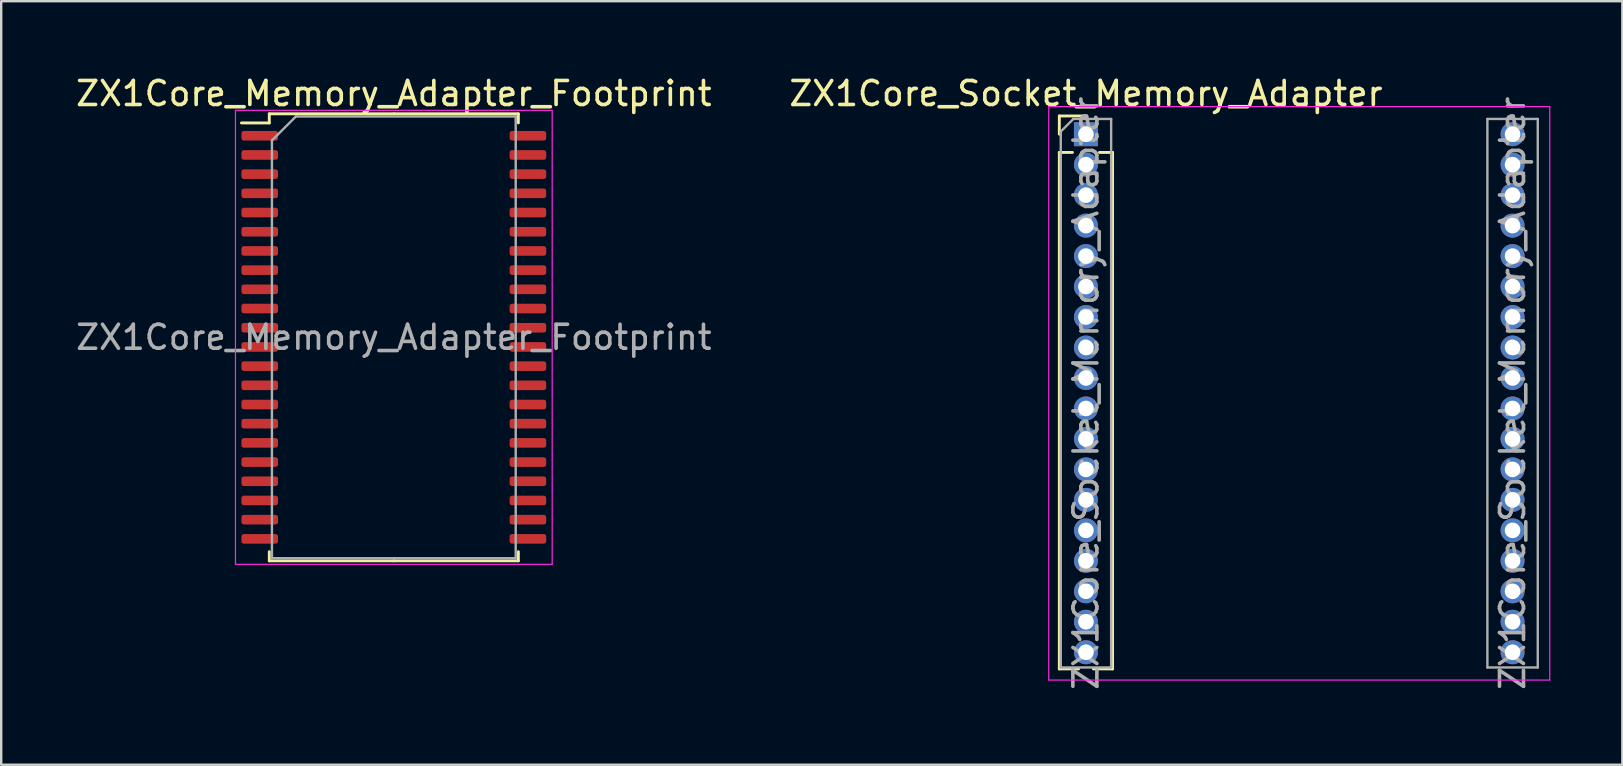
<source format=kicad_pcb>
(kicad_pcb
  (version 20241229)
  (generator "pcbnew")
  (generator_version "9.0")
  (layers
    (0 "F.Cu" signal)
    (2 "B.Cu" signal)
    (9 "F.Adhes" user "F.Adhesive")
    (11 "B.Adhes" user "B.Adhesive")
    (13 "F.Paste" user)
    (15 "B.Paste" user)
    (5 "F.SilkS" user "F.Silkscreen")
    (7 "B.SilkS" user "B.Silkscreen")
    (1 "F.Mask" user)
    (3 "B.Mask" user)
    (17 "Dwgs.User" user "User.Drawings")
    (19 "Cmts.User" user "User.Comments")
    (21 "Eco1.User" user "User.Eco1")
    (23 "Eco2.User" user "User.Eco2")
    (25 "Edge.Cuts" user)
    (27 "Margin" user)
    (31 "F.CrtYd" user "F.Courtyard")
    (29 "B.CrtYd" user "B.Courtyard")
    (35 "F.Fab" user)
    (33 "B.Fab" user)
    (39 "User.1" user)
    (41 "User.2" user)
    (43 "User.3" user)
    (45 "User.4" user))
  (footprint "ZX1Core_Socket_Memory_Adapter"
    (layer "F.Cu")
    (at 48.558 2.543)
    (property "Reference" "ZX1Core_Socket_Memory_Adapter" (at -6.35 -1.695 0) (layer "F.SilkS") (effects (font (size 1 1) (thickness 0.15))))
    (attr through_hole)
    (fp_line (start -7.46 -0.76) (end -6.35 -0.76) (stroke (width 0.12) (type solid)) (layer "F.SilkS"))
    (fp_line (start -7.46 0) (end -7.46 -0.76) (stroke (width 0.12) (type solid)) (layer "F.SilkS"))
    (fp_line (start -7.46 0.76) (end -7.46 22.285) (stroke (width 0.12) (type solid)) (layer "F.SilkS"))
    (fp_line (start -7.46 0.76) (end -6.913 0.76) (stroke (width 0.12) (type solid)) (layer "F.SilkS"))
    (fp_line (start -7.46 22.285) (end -6.658 22.285) (stroke (width 0.12) (type solid)) (layer "F.SilkS"))
    (fp_line (start -6.042 22.285) (end -5.24 22.285) (stroke (width 0.12) (type solid)) (layer "F.SilkS"))
    (fp_line (start -5.787 0.76) (end -5.24 0.76) (stroke (width 0.12) (type solid)) (layer "F.SilkS"))
    (fp_line (start -5.24 0.76) (end -5.24 22.285) (stroke (width 0.12) (type solid)) (layer "F.SilkS"))
    (fp_line (start -7.9 -1.15) (end -7.9 22.75) (stroke (width 0.05) (type solid)) (layer "F.CrtYd"))
    (fp_line (start -7.9 22.75) (end 12.98 22.75) (stroke (width 0.05) (type solid)) (layer "F.CrtYd"))
    (fp_line (start 8.89 -1.15) (end -7.9 -1.15) (stroke (width 0.05) (type solid)) (layer "F.CrtYd"))
    (fp_line (start 12.98 -1.15) (end 8.89 -1.15) (stroke (width 0.05) (type solid)) (layer "F.CrtYd"))
    (fp_line (start 12.98 -1.15) (end 12.98 22.75) (stroke (width 0.05) (type solid)) (layer "F.CrtYd"))
    (fp_line (start -7.4 -0.11) (end -6.875 -0.635) (stroke (width 0.1) (type solid)) (layer "F.Fab"))
    (fp_line (start -7.4 22.225) (end -7.4 -0.11) (stroke (width 0.1) (type solid)) (layer "F.Fab"))
    (fp_line (start -6.875 -0.635) (end -5.3 -0.635) (stroke (width 0.1) (type solid)) (layer "F.Fab"))
    (fp_line (start -5.3 -0.635) (end -5.3 22.225) (stroke (width 0.1) (type solid)) (layer "F.Fab"))
    (fp_line (start -5.3 22.225) (end -7.4 22.225) (stroke (width 0.1) (type solid)) (layer "F.Fab"))
    (fp_line (start 10.38 -0.635) (end 12.48 -0.635) (stroke (width 0.1) (type solid)) (layer "F.Fab"))
    (fp_line (start 10.38 22.225) (end 10.38 -0.635) (stroke (width 0.1) (type solid)) (layer "F.Fab"))
    (fp_line (start 12.48 -0.635) (end 12.48 22.225) (stroke (width 0.1) (type solid)) (layer "F.Fab"))
    (fp_line (start 12.48 22.225) (end 10.38 22.225) (stroke (width 0.1) (type solid)) (layer "F.Fab"))
    (fp_text user "${REFERENCE}" (at 11.43 10.795 90) (layer "F.Fab") (effects (font (size 1 1) (thickness 0.15))))
    (fp_text user "${REFERENCE}" (at -6.35 10.795 90) (layer "F.Fab") (effects (font (size 1 1) (thickness 0.15))))
    (pad "1" thru_hole rect (at -6.35 0) (size 1 1) (drill 0.65) (layers "*.Cu" "*.Mask"))
    (pad "2" thru_hole oval (at -6.35 1.27) (size 1 1) (drill 0.65) (layers "*.Cu" "*.Mask"))
    (pad "3" thru_hole oval (at -6.35 2.54) (size 1 1) (drill 0.65) (layers "*.Cu" "*.Mask"))
    (pad "4" thru_hole oval (at -6.35 3.81) (size 1 1) (drill 0.65) (layers "*.Cu" "*.Mask"))
    (pad "5" thru_hole oval (at -6.35 5.08) (size 1 1) (drill 0.65) (layers "*.Cu" "*.Mask"))
    (pad "6" thru_hole oval (at -6.35 6.35) (size 1 1) (drill 0.65) (layers "*.Cu" "*.Mask"))
    (pad "7" thru_hole oval (at -6.35 7.62) (size 1 1) (drill 0.65) (layers "*.Cu" "*.Mask"))
    (pad "8" thru_hole oval (at -6.35 8.89) (size 1 1) (drill 0.65) (layers "*.Cu" "*.Mask"))
    (pad "9" thru_hole oval (at -6.35 10.16) (size 1 1) (drill 0.65) (layers "*.Cu" "*.Mask"))
    (pad "10" thru_hole oval (at -6.35 11.43) (size 1 1) (drill 0.65) (layers "*.Cu" "*.Mask"))
    (pad "11" thru_hole oval (at -6.35 12.7) (size 1 1) (drill 0.65) (layers "*.Cu" "*.Mask"))
    (pad "12" thru_hole oval (at -6.35 13.97) (size 1 1) (drill 0.65) (layers "*.Cu" "*.Mask"))
    (pad "13" thru_hole oval (at -6.35 15.24) (size 1 1) (drill 0.65) (layers "*.Cu" "*.Mask"))
    (pad "14" thru_hole oval (at -6.35 16.51) (size 1 1) (drill 0.65) (layers "*.Cu" "*.Mask"))
    (pad "15" thru_hole oval (at -6.35 17.78) (size 1 1) (drill 0.65) (layers "*.Cu" "*.Mask"))
    (pad "16" thru_hole oval (at -6.35 19.05) (size 1 1) (drill 0.65) (layers "*.Cu" "*.Mask"))
    (pad "17" thru_hole oval (at -6.35 20.32) (size 1 1) (drill 0.65) (layers "*.Cu" "*.Mask"))
    (pad "18" thru_hole oval (at -6.35 21.59) (size 1 1) (drill 0.65) (layers "*.Cu" "*.Mask"))
    (pad "19" thru_hole oval (at 11.43 21.59) (size 1 1) (drill 0.65) (layers "*.Cu" "*.Mask"))
    (pad "20" thru_hole oval (at 11.43 20.32) (size 1 1) (drill 0.65) (layers "*.Cu" "*.Mask"))
    (pad "21" thru_hole oval (at 11.43 19.05) (size 1 1) (drill 0.65) (layers "*.Cu" "*.Mask"))
    (pad "22" thru_hole oval (at 11.43 17.78) (size 1 1) (drill 0.65) (layers "*.Cu" "*.Mask"))
    (pad "23" thru_hole oval (at 11.43 16.51) (size 1 1) (drill 0.65) (layers "*.Cu" "*.Mask"))
    (pad "24" thru_hole oval (at 11.43 15.24) (size 1 1) (drill 0.65) (layers "*.Cu" "*.Mask"))
    (pad "25" thru_hole oval (at 11.43 13.97) (size 1 1) (drill 0.65) (layers "*.Cu" "*.Mask"))
    (pad "26" thru_hole oval (at 11.43 12.7) (size 1 1) (drill 0.65) (layers "*.Cu" "*.Mask"))
    (pad "27" thru_hole oval (at 11.43 11.43) (size 1 1) (drill 0.65) (layers "*.Cu" "*.Mask"))
    (pad "28" thru_hole oval (at 11.43 10.16) (size 1 1) (drill 0.65) (layers "*.Cu" "*.Mask"))
    (pad "29" thru_hole oval (at 11.43 8.89) (size 1 1) (drill 0.65) (layers "*.Cu" "*.Mask"))
    (pad "30" thru_hole oval (at 11.43 7.62) (size 1 1) (drill 0.65) (layers "*.Cu" "*.Mask"))
    (pad "31" thru_hole oval (at 11.43 6.35) (size 1 1) (drill 0.65) (layers "*.Cu" "*.Mask"))
    (pad "32" thru_hole oval (at 11.43 5.08) (size 1 1) (drill 0.65) (layers "*.Cu" "*.Mask"))
    (pad "33" thru_hole oval (at 11.43 3.81) (size 1 1) (drill 0.65) (layers "*.Cu" "*.Mask"))
    (pad "34" thru_hole oval (at 11.43 2.54) (size 1 1) (drill 0.65) (layers "*.Cu" "*.Mask"))
    (pad "35" thru_hole oval (at 11.43 1.27) (size 1 1) (drill 0.65) (layers "*.Cu" "*.Mask"))
    (pad "36" thru_hole oval (at 11.43 0) (size 1 1) (drill 0.65) (layers "*.Cu" "*.Mask")))
  (footprint "ZX1Core_Memory_Adapter_Footprint"
    (layer "F.Cu")
    (at 13.363 11.008)
    (property "Reference" "ZX1Core_Memory_Adapter_Footprint" (at 0 -10.16 0) (layer "F.SilkS") (effects (font (size 1 1) (thickness 0.15))))
    (attr smd)
    (fp_line (start -5.19 -9.315) (end -5.19 -8.935) (stroke (width 0.12) (type solid)) (layer "F.SilkS"))
    (fp_line (start -5.19 -8.935) (end -6.35 -8.935) (stroke (width 0.12) (type solid)) (layer "F.SilkS"))
    (fp_line (start -5.19 9.315) (end -5.19 8.935) (stroke (width 0.12) (type solid)) (layer "F.SilkS"))
    (fp_line (start 0 -9.315) (end -5.19 -9.315) (stroke (width 0.12) (type solid)) (layer "F.SilkS"))
    (fp_line (start 0 -9.315) (end 5.19 -9.315) (stroke (width 0.12) (type solid)) (layer "F.SilkS"))
    (fp_line (start 0 9.315) (end -5.19 9.315) (stroke (width 0.12) (type solid)) (layer "F.SilkS"))
    (fp_line (start 0 9.315) (end 5.19 9.315) (stroke (width 0.12) (type solid)) (layer "F.SilkS"))
    (fp_line (start 5.19 -9.315) (end 5.19 -8.935) (stroke (width 0.12) (type solid)) (layer "F.SilkS"))
    (fp_line (start 5.19 9.315) (end 5.19 8.935) (stroke (width 0.12) (type solid)) (layer "F.SilkS"))
    (fp_line (start -6.6 -9.46) (end -6.6 9.46) (stroke (width 0.05) (type solid)) (layer "F.CrtYd"))
    (fp_line (start -6.6 9.46) (end 6.6 9.46) (stroke (width 0.05) (type solid)) (layer "F.CrtYd"))
    (fp_line (start 6.6 -9.46) (end -6.6 -9.46) (stroke (width 0.05) (type solid)) (layer "F.CrtYd"))
    (fp_line (start 6.6 9.46) (end 6.6 -9.46) (stroke (width 0.05) (type solid)) (layer "F.CrtYd"))
    (fp_line (start -5.08 -8.205) (end -4.08 -9.205) (stroke (width 0.1) (type solid)) (layer "F.Fab"))
    (fp_line (start -5.08 9.205) (end -5.08 -8.205) (stroke (width 0.1) (type solid)) (layer "F.Fab"))
    (fp_line (start -4.08 -9.205) (end 5.08 -9.205) (stroke (width 0.1) (type solid)) (layer "F.Fab"))
    (fp_line (start 5.08 -9.205) (end 5.08 9.205) (stroke (width 0.1) (type solid)) (layer "F.Fab"))
    (fp_line (start 5.08 9.205) (end -5.08 9.205) (stroke (width 0.1) (type solid)) (layer "F.Fab"))
    (fp_text user "${REFERENCE}" (at 0 0 0) (layer "F.Fab") (effects (font (size 1 1) (thickness 0.15))))
    (pad "1" smd roundrect (at -5.588 -8.4) (size 1.525 0.4) (layers "F.Cu" "F.Mask" "F.Paste") (roundrect_rratio 0.25))
    (pad "2" smd roundrect (at -5.588 -7.6) (size 1.525 0.4) (layers "F.Cu" "F.Mask" "F.Paste") (roundrect_rratio 0.25))
    (pad "3" smd roundrect (at -5.588 -6.8) (size 1.525 0.4) (layers "F.Cu" "F.Mask" "F.Paste") (roundrect_rratio 0.25))
    (pad "4" smd roundrect (at -5.588 -6) (size 1.525 0.4) (layers "F.Cu" "F.Mask" "F.Paste") (roundrect_rratio 0.25))
    (pad "5" smd roundrect (at -5.588 -5.2) (size 1.525 0.4) (layers "F.Cu" "F.Mask" "F.Paste") (roundrect_rratio 0.25))
    (pad "6" smd roundrect (at -5.588 -4.4) (size 1.525 0.4) (layers "F.Cu" "F.Mask" "F.Paste") (roundrect_rratio 0.25))
    (pad "7" smd roundrect (at -5.588 -3.6) (size 1.525 0.4) (layers "F.Cu" "F.Mask" "F.Paste") (roundrect_rratio 0.25))
    (pad "8" smd roundrect (at -5.588 -2.8) (size 1.525 0.4) (layers "F.Cu" "F.Mask" "F.Paste") (roundrect_rratio 0.25))
    (pad "9" smd roundrect (at -5.588 -2) (size 1.525 0.4) (layers "F.Cu" "F.Mask" "F.Paste") (roundrect_rratio 0.25))
    (pad "10" smd roundrect (at -5.588 -1.2) (size 1.525 0.4) (layers "F.Cu" "F.Mask" "F.Paste") (roundrect_rratio 0.25))
    (pad "11" smd roundrect (at -5.588 -0.4) (size 1.525 0.4) (layers "F.Cu" "F.Mask" "F.Paste") (roundrect_rratio 0.25))
    (pad "12" smd roundrect (at -5.588 0.4) (size 1.525 0.4) (layers "F.Cu" "F.Mask" "F.Paste") (roundrect_rratio 0.25))
    (pad "13" smd roundrect (at -5.588 1.2) (size 1.525 0.4) (layers "F.Cu" "F.Mask" "F.Paste") (roundrect_rratio 0.25))
    (pad "14" smd roundrect (at -5.588 2) (size 1.525 0.4) (layers "F.Cu" "F.Mask" "F.Paste") (roundrect_rratio 0.25))
    (pad "15" smd roundrect (at -5.588 2.8) (size 1.525 0.4) (layers "F.Cu" "F.Mask" "F.Paste") (roundrect_rratio 0.25))
    (pad "16" smd roundrect (at -5.588 3.6) (size 1.525 0.4) (layers "F.Cu" "F.Mask" "F.Paste") (roundrect_rratio 0.25))
    (pad "17" smd roundrect (at -5.588 4.4) (size 1.525 0.4) (layers "F.Cu" "F.Mask" "F.Paste") (roundrect_rratio 0.25))
    (pad "18" smd roundrect (at -5.588 5.2) (size 1.525 0.4) (layers "F.Cu" "F.Mask" "F.Paste") (roundrect_rratio 0.25))
    (pad "19" smd roundrect (at -5.588 6) (size 1.525 0.4) (layers "F.Cu" "F.Mask" "F.Paste") (roundrect_rratio 0.25))
    (pad "20" smd roundrect (at -5.588 6.8) (size 1.525 0.4) (layers "F.Cu" "F.Mask" "F.Paste") (roundrect_rratio 0.25))
    (pad "21" smd roundrect (at -5.588 7.6) (size 1.525 0.4) (layers "F.Cu" "F.Mask" "F.Paste") (roundrect_rratio 0.25))
    (pad "22" smd roundrect (at -5.588 8.4) (size 1.525 0.4) (layers "F.Cu" "F.Mask" "F.Paste") (roundrect_rratio 0.25))
    (pad "23" smd roundrect (at 5.588 8.4) (size 1.525 0.4) (layers "F.Cu" "F.Mask" "F.Paste") (roundrect_rratio 0.25))
    (pad "24" smd roundrect (at 5.588 7.6) (size 1.525 0.4) (layers "F.Cu" "F.Mask" "F.Paste") (roundrect_rratio 0.25))
    (pad "25" smd roundrect (at 5.588 6.8) (size 1.525 0.4) (layers "F.Cu" "F.Mask" "F.Paste") (roundrect_rratio 0.25))
    (pad "26" smd roundrect (at 5.588 6) (size 1.525 0.4) (layers "F.Cu" "F.Mask" "F.Paste") (roundrect_rratio 0.25))
    (pad "27" smd roundrect (at 5.588 5.2) (size 1.525 0.4) (layers "F.Cu" "F.Mask" "F.Paste") (roundrect_rratio 0.25))
    (pad "28" smd roundrect (at 5.588 4.4) (size 1.525 0.4) (layers "F.Cu" "F.Mask" "F.Paste") (roundrect_rratio 0.25))
    (pad "29" smd roundrect (at 5.588 3.6) (size 1.525 0.4) (layers "F.Cu" "F.Mask" "F.Paste") (roundrect_rratio 0.25))
    (pad "30" smd roundrect (at 5.588 2.8) (size 1.525 0.4) (layers "F.Cu" "F.Mask" "F.Paste") (roundrect_rratio 0.25))
    (pad "31" smd roundrect (at 5.588 2) (size 1.525 0.4) (layers "F.Cu" "F.Mask" "F.Paste") (roundrect_rratio 0.25))
    (pad "32" smd roundrect (at 5.588 1.2) (size 1.525 0.4) (layers "F.Cu" "F.Mask" "F.Paste") (roundrect_rratio 0.25))
    (pad "33" smd roundrect (at 5.588 0.4) (size 1.525 0.4) (layers "F.Cu" "F.Mask" "F.Paste") (roundrect_rratio 0.25))
    (pad "34" smd roundrect (at 5.588 -0.4) (size 1.525 0.4) (layers "F.Cu" "F.Mask" "F.Paste") (roundrect_rratio 0.25))
    (pad "35" smd roundrect (at 5.588 -1.2) (size 1.525 0.4) (layers "F.Cu" "F.Mask" "F.Paste") (roundrect_rratio 0.25))
    (pad "36" smd roundrect (at 5.588 -2) (size 1.525 0.4) (layers "F.Cu" "F.Mask" "F.Paste") (roundrect_rratio 0.25))
    (pad "37" smd roundrect (at 5.588 -2.8) (size 1.525 0.4) (layers "F.Cu" "F.Mask" "F.Paste") (roundrect_rratio 0.25))
    (pad "38" smd roundrect (at 5.588 -3.6) (size 1.525 0.4) (layers "F.Cu" "F.Mask" "F.Paste") (roundrect_rratio 0.25))
    (pad "39" smd roundrect (at 5.588 -4.4) (size 1.525 0.4) (layers "F.Cu" "F.Mask" "F.Paste") (roundrect_rratio 0.25))
    (pad "40" smd roundrect (at 5.588 -5.2) (size 1.525 0.4) (layers "F.Cu" "F.Mask" "F.Paste") (roundrect_rratio 0.25))
    (pad "41" smd roundrect (at 5.588 -6) (size 1.525 0.4) (layers "F.Cu" "F.Mask" "F.Paste") (roundrect_rratio 0.25))
    (pad "42" smd roundrect (at 5.588 -6.8) (size 1.525 0.4) (layers "F.Cu" "F.Mask" "F.Paste") (roundrect_rratio 0.25))
    (pad "43" smd roundrect (at 5.588 -7.6) (size 1.525 0.4) (layers "F.Cu" "F.Mask" "F.Paste") (roundrect_rratio 0.25))
    (pad "44" smd roundrect (at 5.588 -8.4) (size 1.525 0.4) (layers "F.Cu" "F.Mask" "F.Paste") (roundrect_rratio 0.25)))
  (gr_rect
    (start -3 -3)
    (end 64.563 28.82)
    (stroke (width 0.1) (type default))
    (fill no)
    (layer "Edge.Cuts")))
</source>
